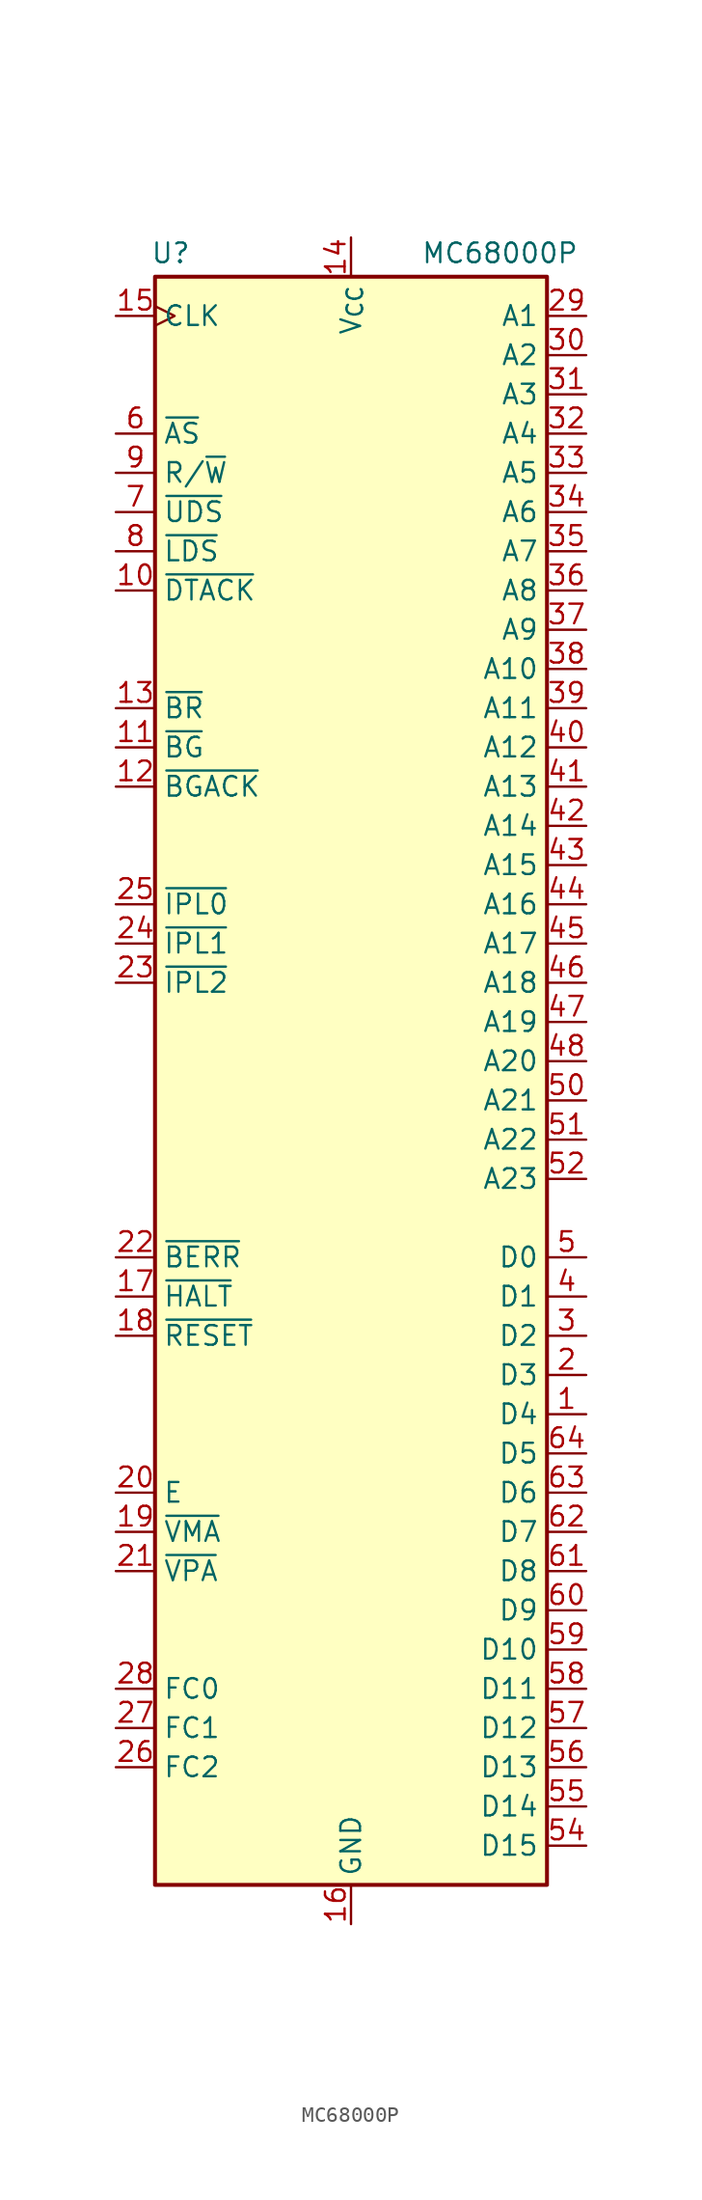
<source format=kicad_sym>
(kicad_symbol_lib
  (version 20241209)
  (generator "kicad_symbol_editor")
  (generator_version "9.0")
  (symbol "MC68000P"
    (property "Reference" "U"
      (at -11.684 54.864 0)
      (effects (font (size 1.27 1.27))))
    (property "Value" "MC68000P"
      (at 9.652 54.864 0)
      (effects (font (size 1.27 1.27))))
    (symbol "MC68000P_0_1"
      (rectangle (start -12.7 53.34) (end 12.7 -50.8) (stroke (width 0.254) (type default)) (fill (type background))))
    (symbol "MC68000P_1_1"
      (pin input clock (at -15.24 50.8 0) (length 2.54) (name "CLK" (effects (font (size 1.27 1.27)))) (number "15" (effects (font (size 1.27 1.27)))))
      (pin tri_state line (at -15.24 43.18 0) (length 2.54) (name "~{AS}" (effects (font (size 1.27 1.27)))) (number "6" (effects (font (size 1.27 1.27)))))
      (pin tri_state line (at -15.24 40.64 0) (length 2.54) (name "R/~{W}" (effects (font (size 1.27 1.27)))) (number "9" (effects (font (size 1.27 1.27)))))
      (pin tri_state line (at -15.24 38.1 0) (length 2.54) (name "~{UDS}" (effects (font (size 1.27 1.27)))) (number "7" (effects (font (size 1.27 1.27)))))
      (pin tri_state line (at -15.24 35.56 0) (length 2.54) (name "~{LDS}" (effects (font (size 1.27 1.27)))) (number "8" (effects (font (size 1.27 1.27)))))
      (pin input line (at -15.24 33.02 0) (length 2.54) (name "~{DTACK}" (effects (font (size 1.27 1.27)))) (number "10" (effects (font (size 1.27 1.27)))))
      (pin input line (at -15.24 25.4 0) (length 2.54) (name "~{BR}" (effects (font (size 1.27 1.27)))) (number "13" (effects (font (size 1.27 1.27)))))
      (pin output line (at -15.24 22.86 0) (length 2.54) (name "~{BG}" (effects (font (size 1.27 1.27)))) (number "11" (effects (font (size 1.27 1.27)))))
      (pin input line (at -15.24 20.32 0) (length 2.54) (name "~{BGACK}" (effects (font (size 1.27 1.27)))) (number "12" (effects (font (size 1.27 1.27)))))
      (pin input line (at -15.24 12.7 0) (length 2.54) (name "~{IPL0}" (effects (font (size 1.27 1.27)))) (number "25" (effects (font (size 1.27 1.27)))))
      (pin input line (at -15.24 10.16 0) (length 2.54) (name "~{IPL1}" (effects (font (size 1.27 1.27)))) (number "24" (effects (font (size 1.27 1.27)))))
      (pin input line (at -15.24 7.62 0) (length 2.54) (name "~{IPL2}" (effects (font (size 1.27 1.27)))) (number "23" (effects (font (size 1.27 1.27)))))
      (pin input line (at -15.24 -10.16 0) (length 2.54) (name "~{BERR}" (effects (font (size 1.27 1.27)))) (number "22" (effects (font (size 1.27 1.27)))))
      (pin bidirectional line (at -15.24 -12.7 0) (length 2.54) (name "~{HALT}" (effects (font (size 1.27 1.27)))) (number "17" (effects (font (size 1.27 1.27)))))
      (pin bidirectional line (at -15.24 -15.24 0) (length 2.54) (name "~{RESET}" (effects (font (size 1.27 1.27)))) (number "18" (effects (font (size 1.27 1.27)))))
      (pin output line (at -15.24 -25.4 0) (length 2.54) (name "E" (effects (font (size 1.27 1.27)))) (number "20" (effects (font (size 1.27 1.27)))))
      (pin tri_state line (at -15.24 -27.94 0) (length 2.54) (name "~{VMA}" (effects (font (size 1.27 1.27)))) (number "19" (effects (font (size 1.27 1.27)))))
      (pin input line (at -15.24 -30.48 0) (length 2.54) (name "~{VPA}" (effects (font (size 1.27 1.27)))) (number "21" (effects (font (size 1.27 1.27)))))
      (pin tri_state line (at -15.24 -38.1 0) (length 2.54) (name "FC0" (effects (font (size 1.27 1.27)))) (number "28" (effects (font (size 1.27 1.27)))))
      (pin tri_state line (at -15.24 -40.64 0) (length 2.54) (name "FC1" (effects (font (size 1.27 1.27)))) (number "27" (effects (font (size 1.27 1.27)))))
      (pin tri_state line (at -15.24 -43.18 0) (length 2.54) (name "FC2" (effects (font (size 1.27 1.27)))) (number "26" (effects (font (size 1.27 1.27)))))
      (pin power_in line (at 0 55.88 270) (length 2.54) (name "V_{CC}" (effects (font (size 1.27 1.27)))) (number "14" (effects (font (size 1.27 1.27)))))
      (pin passive line (at 0 55.88 270) (length 2.54) (hide yes) (name "V_{CC}" (effects (font (size 1.27 1.27)))) (number "49" (effects (font (size 1.27 1.27)))))
      (pin power_in line (at 0 -53.34 90) (length 2.54) (name "GND" (effects (font (size 1.27 1.27)))) (number "16" (effects (font (size 1.27 1.27)))))
      (pin passive line (at 0 -53.34 90) (length 2.54) (hide yes) (name "GND" (effects (font (size 1.27 1.27)))) (number "53" (effects (font (size 1.27 1.27)))))
      (pin tri_state line (at 15.24 50.8 180) (length 2.54) (name "A1" (effects (font (size 1.27 1.27)))) (number "29" (effects (font (size 1.27 1.27)))))
      (pin tri_state line (at 15.24 48.26 180) (length 2.54) (name "A2" (effects (font (size 1.27 1.27)))) (number "30" (effects (font (size 1.27 1.27)))))
      (pin tri_state line (at 15.24 45.72 180) (length 2.54) (name "A3" (effects (font (size 1.27 1.27)))) (number "31" (effects (font (size 1.27 1.27)))))
      (pin tri_state line (at 15.24 43.18 180) (length 2.54) (name "A4" (effects (font (size 1.27 1.27)))) (number "32" (effects (font (size 1.27 1.27)))))
      (pin tri_state line (at 15.24 40.64 180) (length 2.54) (name "A5" (effects (font (size 1.27 1.27)))) (number "33" (effects (font (size 1.27 1.27)))))
      (pin tri_state line (at 15.24 38.1 180) (length 2.54) (name "A6" (effects (font (size 1.27 1.27)))) (number "34" (effects (font (size 1.27 1.27)))))
      (pin tri_state line (at 15.24 35.56 180) (length 2.54) (name "A7" (effects (font (size 1.27 1.27)))) (number "35" (effects (font (size 1.27 1.27)))))
      (pin tri_state line (at 15.24 33.02 180) (length 2.54) (name "A8" (effects (font (size 1.27 1.27)))) (number "36" (effects (font (size 1.27 1.27)))))
      (pin tri_state line (at 15.24 30.48 180) (length 2.54) (name "A9" (effects (font (size 1.27 1.27)))) (number "37" (effects (font (size 1.27 1.27)))))
      (pin tri_state line (at 15.24 27.94 180) (length 2.54) (name "A10" (effects (font (size 1.27 1.27)))) (number "38" (effects (font (size 1.27 1.27)))))
      (pin tri_state line (at 15.24 25.4 180) (length 2.54) (name "A11" (effects (font (size 1.27 1.27)))) (number "39" (effects (font (size 1.27 1.27)))))
      (pin tri_state line (at 15.24 22.86 180) (length 2.54) (name "A12" (effects (font (size 1.27 1.27)))) (number "40" (effects (font (size 1.27 1.27)))))
      (pin tri_state line (at 15.24 20.32 180) (length 2.54) (name "A13" (effects (font (size 1.27 1.27)))) (number "41" (effects (font (size 1.27 1.27)))))
      (pin tri_state line (at 15.24 17.78 180) (length 2.54) (name "A14" (effects (font (size 1.27 1.27)))) (number "42" (effects (font (size 1.27 1.27)))))
      (pin tri_state line (at 15.24 15.24 180) (length 2.54) (name "A15" (effects (font (size 1.27 1.27)))) (number "43" (effects (font (size 1.27 1.27)))))
      (pin tri_state line (at 15.24 12.7 180) (length 2.54) (name "A16" (effects (font (size 1.27 1.27)))) (number "44" (effects (font (size 1.27 1.27)))))
      (pin tri_state line (at 15.24 10.16 180) (length 2.54) (name "A17" (effects (font (size 1.27 1.27)))) (number "45" (effects (font (size 1.27 1.27)))))
      (pin tri_state line (at 15.24 7.62 180) (length 2.54) (name "A18" (effects (font (size 1.27 1.27)))) (number "46" (effects (font (size 1.27 1.27)))))
      (pin tri_state line (at 15.24 5.08 180) (length 2.54) (name "A19" (effects (font (size 1.27 1.27)))) (number "47" (effects (font (size 1.27 1.27)))))
      (pin tri_state line (at 15.24 2.54 180) (length 2.54) (name "A20" (effects (font (size 1.27 1.27)))) (number "48" (effects (font (size 1.27 1.27)))))
      (pin tri_state line (at 15.24 0 180) (length 2.54) (name "A21" (effects (font (size 1.27 1.27)))) (number "50" (effects (font (size 1.27 1.27)))))
      (pin tri_state line (at 15.24 -2.54 180) (length 2.54) (name "A22" (effects (font (size 1.27 1.27)))) (number "51" (effects (font (size 1.27 1.27)))))
      (pin tri_state line (at 15.24 -5.08 180) (length 2.54) (name "A23" (effects (font (size 1.27 1.27)))) (number "52" (effects (font (size 1.27 1.27)))))
      (pin bidirectional line (at 15.24 -10.16 180) (length 2.54) (name "D0" (effects (font (size 1.27 1.27)))) (number "5" (effects (font (size 1.27 1.27)))))
      (pin bidirectional line (at 15.24 -12.7 180) (length 2.54) (name "D1" (effects (font (size 1.27 1.27)))) (number "4" (effects (font (size 1.27 1.27)))))
      (pin bidirectional line (at 15.24 -15.24 180) (length 2.54) (name "D2" (effects (font (size 1.27 1.27)))) (number "3" (effects (font (size 1.27 1.27)))))
      (pin bidirectional line (at 15.24 -17.78 180) (length 2.54) (name "D3" (effects (font (size 1.27 1.27)))) (number "2" (effects (font (size 1.27 1.27)))))
      (pin bidirectional line (at 15.24 -20.32 180) (length 2.54) (name "D4" (effects (font (size 1.27 1.27)))) (number "1" (effects (font (size 1.27 1.27)))))
      (pin bidirectional line (at 15.24 -22.86 180) (length 2.54) (name "D5" (effects (font (size 1.27 1.27)))) (number "64" (effects (font (size 1.27 1.27)))))
      (pin bidirectional line (at 15.24 -25.4 180) (length 2.54) (name "D6" (effects (font (size 1.27 1.27)))) (number "63" (effects (font (size 1.27 1.27)))))
      (pin bidirectional line (at 15.24 -27.94 180) (length 2.54) (name "D7" (effects (font (size 1.27 1.27)))) (number "62" (effects (font (size 1.27 1.27)))))
      (pin bidirectional line (at 15.24 -30.48 180) (length 2.54) (name "D8" (effects (font (size 1.27 1.27)))) (number "61" (effects (font (size 1.27 1.27)))))
      (pin bidirectional line (at 15.24 -33.02 180) (length 2.54) (name "D9" (effects (font (size 1.27 1.27)))) (number "60" (effects (font (size 1.27 1.27)))))
      (pin bidirectional line (at 15.24 -35.56 180) (length 2.54) (name "D10" (effects (font (size 1.27 1.27)))) (number "59" (effects (font (size 1.27 1.27)))))
      (pin bidirectional line (at 15.24 -38.1 180) (length 2.54) (name "D11" (effects (font (size 1.27 1.27)))) (number "58" (effects (font (size 1.27 1.27)))))
      (pin bidirectional line (at 15.24 -40.64 180) (length 2.54) (name "D12" (effects (font (size 1.27 1.27)))) (number "57" (effects (font (size 1.27 1.27)))))
      (pin bidirectional line (at 15.24 -43.18 180) (length 2.54) (name "D13" (effects (font (size 1.27 1.27)))) (number "56" (effects (font (size 1.27 1.27)))))
      (pin bidirectional line (at 15.24 -45.72 180) (length 2.54) (name "D14" (effects (font (size 1.27 1.27)))) (number "55" (effects (font (size 1.27 1.27)))))
      (pin bidirectional line (at 15.24 -48.26 180) (length 2.54) (name "D15" (effects (font (size 1.27 1.27)))) (number "54" (effects (font (size 1.27 1.27))))))))
</source>
